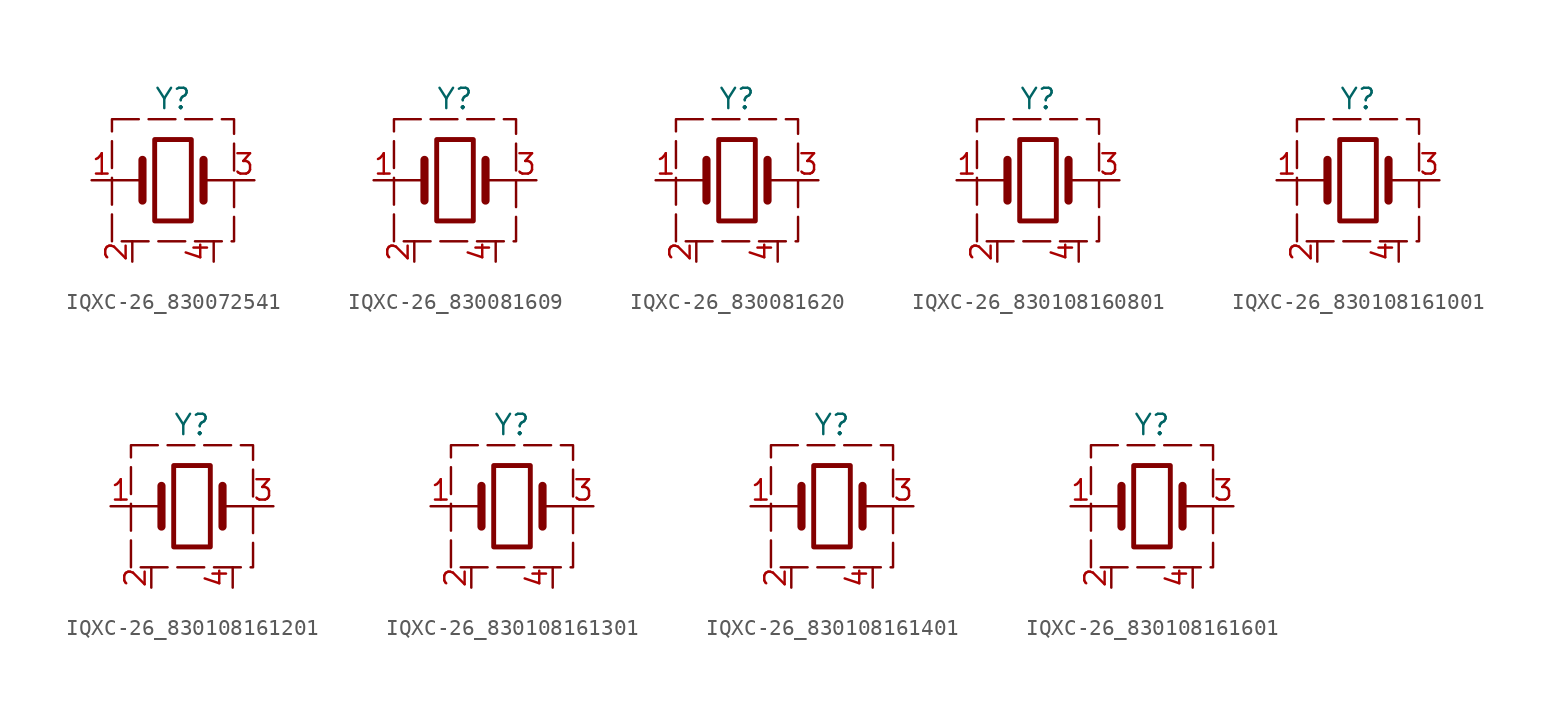
<source format=kicad_sym>
(kicad_symbol_lib
  (version 20220914)
  (generator kicad_symbol_editor)
  (symbol "IQXC-26_830072541"
    (pin_names hide)
    (property "Reference" "Y"
      (at 0 5.08 0)
      (effects (font (size 1.27 1.27))))
    (property "Critical Parameter" ""
      (at 0 -5.08 0)
      (effects (font (size 1.27 1.27)) (justify left)))
    (symbol "IQXC-26_830072541_0_1"
      (rectangle (start -1.143 2.54) (end 1.143 -2.54) (stroke (width 0.305) (type default)) (fill (type none)))
      (polyline (pts (xy -3.81 0) (xy -1.905 0)) (stroke (width 0) (type default)) (fill (type none)))
      (polyline (pts (xy -1.905 -1.27) (xy -1.905 1.27)) (stroke (width 0.508) (type default)) (fill (type none)))
      (polyline (pts (xy 1.905 -1.27) (xy 1.905 1.27)) (stroke (width 0.508) (type default)) (fill (type none)))
      (polyline (pts (xy 3.81 0) (xy 1.905 0)) (stroke (width 0) (type default)) (fill (type none))))
    (symbol "IQXC-26_830072541_1_1"
      (rectangle (start -3.81 3.81) (end 3.81 -3.81) (stroke (width 0) (type dash)) (fill (type none)))
      (pin passive line (at -5.08 0 0) (length 1.27) (name "1" (effects (font (size 1.27 1.27)))) (number "1" (effects (font (size 1.27 1.27)))))
      (pin passive line (at -2.54 -5.08 90) (length 1.27) (name "GND" (effects (font (size 1.27 1.27)))) (number "2" (effects (font (size 1.27 1.27)))))
      (pin passive line (at 5.08 0 180) (length 1.27) (name "3" (effects (font (size 1.27 1.27)))) (number "3" (effects (font (size 1.27 1.27)))))
      (pin passive line (at 2.54 -5.08 90) (length 1.27) (name "GND1" (effects (font (size 1.27 1.27)))) (number "4" (effects (font (size 1.27 1.27)))))))
  (symbol "IQXC-26_830081609"
    (pin_names hide)
    (property "Reference" "Y"
      (at 0 5.08 0)
      (effects (font (size 1.27 1.27))))
    (property "Critical Parameter" ""
      (at 0 -5.08 0)
      (effects (font (size 1.27 1.27)) (justify left)))
    (symbol "IQXC-26_830081609_0_1"
      (rectangle (start -1.143 2.54) (end 1.143 -2.54) (stroke (width 0.305) (type default)) (fill (type none)))
      (polyline (pts (xy -3.81 0) (xy -1.905 0)) (stroke (width 0) (type default)) (fill (type none)))
      (polyline (pts (xy -1.905 -1.27) (xy -1.905 1.27)) (stroke (width 0.508) (type default)) (fill (type none)))
      (polyline (pts (xy 1.905 -1.27) (xy 1.905 1.27)) (stroke (width 0.508) (type default)) (fill (type none)))
      (polyline (pts (xy 3.81 0) (xy 1.905 0)) (stroke (width 0) (type default)) (fill (type none))))
    (symbol "IQXC-26_830081609_1_1"
      (rectangle (start -3.81 3.81) (end 3.81 -3.81) (stroke (width 0) (type dash)) (fill (type none)))
      (pin passive line (at -5.08 0 0) (length 1.27) (name "1" (effects (font (size 1.27 1.27)))) (number "1" (effects (font (size 1.27 1.27)))))
      (pin passive line (at -2.54 -5.08 90) (length 1.27) (name "GND" (effects (font (size 1.27 1.27)))) (number "2" (effects (font (size 1.27 1.27)))))
      (pin passive line (at 5.08 0 180) (length 1.27) (name "3" (effects (font (size 1.27 1.27)))) (number "3" (effects (font (size 1.27 1.27)))))
      (pin passive line (at 2.54 -5.08 90) (length 1.27) (name "GND1" (effects (font (size 1.27 1.27)))) (number "4" (effects (font (size 1.27 1.27)))))))
  (symbol "IQXC-26_830081620"
    (pin_names hide)
    (property "Reference" "Y"
      (at 0 5.08 0)
      (effects (font (size 1.27 1.27))))
    (property "Critical Parameter" ""
      (at 0 -5.08 0)
      (effects (font (size 1.27 1.27)) (justify left)))
    (symbol "IQXC-26_830081620_0_1"
      (rectangle (start -1.143 2.54) (end 1.143 -2.54) (stroke (width 0.305) (type default)) (fill (type none)))
      (polyline (pts (xy -3.81 0) (xy -1.905 0)) (stroke (width 0) (type default)) (fill (type none)))
      (polyline (pts (xy -1.905 -1.27) (xy -1.905 1.27)) (stroke (width 0.508) (type default)) (fill (type none)))
      (polyline (pts (xy 1.905 -1.27) (xy 1.905 1.27)) (stroke (width 0.508) (type default)) (fill (type none)))
      (polyline (pts (xy 3.81 0) (xy 1.905 0)) (stroke (width 0) (type default)) (fill (type none))))
    (symbol "IQXC-26_830081620_1_1"
      (rectangle (start -3.81 3.81) (end 3.81 -3.81) (stroke (width 0) (type dash)) (fill (type none)))
      (pin passive line (at -5.08 0 0) (length 1.27) (name "1" (effects (font (size 1.27 1.27)))) (number "1" (effects (font (size 1.27 1.27)))))
      (pin passive line (at -2.54 -5.08 90) (length 1.27) (name "GND" (effects (font (size 1.27 1.27)))) (number "2" (effects (font (size 1.27 1.27)))))
      (pin passive line (at 5.08 0 180) (length 1.27) (name "3" (effects (font (size 1.27 1.27)))) (number "3" (effects (font (size 1.27 1.27)))))
      (pin passive line (at 2.54 -5.08 90) (length 1.27) (name "GND1" (effects (font (size 1.27 1.27)))) (number "4" (effects (font (size 1.27 1.27)))))))
  (symbol "IQXC-26_830108160801"
    (pin_names hide)
    (property "Reference" "Y"
      (at 0 5.08 0)
      (effects (font (size 1.27 1.27))))
    (property "Critical Parameter" ""
      (at 0 -5.08 0)
      (effects (font (size 1.27 1.27)) (justify left)))
    (symbol "IQXC-26_830108160801_0_1"
      (rectangle (start -1.143 2.54) (end 1.143 -2.54) (stroke (width 0.305) (type default)) (fill (type none)))
      (polyline (pts (xy -3.81 0) (xy -1.905 0)) (stroke (width 0) (type default)) (fill (type none)))
      (polyline (pts (xy -1.905 -1.27) (xy -1.905 1.27)) (stroke (width 0.508) (type default)) (fill (type none)))
      (polyline (pts (xy 1.905 -1.27) (xy 1.905 1.27)) (stroke (width 0.508) (type default)) (fill (type none)))
      (polyline (pts (xy 3.81 0) (xy 1.905 0)) (stroke (width 0) (type default)) (fill (type none))))
    (symbol "IQXC-26_830108160801_1_1"
      (rectangle (start -3.81 3.81) (end 3.81 -3.81) (stroke (width 0) (type dash)) (fill (type none)))
      (pin passive line (at -5.08 0 0) (length 1.27) (name "1" (effects (font (size 1.27 1.27)))) (number "1" (effects (font (size 1.27 1.27)))))
      (pin passive line (at -2.54 -5.08 90) (length 1.27) (name "GND" (effects (font (size 1.27 1.27)))) (number "2" (effects (font (size 1.27 1.27)))))
      (pin passive line (at 5.08 0 180) (length 1.27) (name "3" (effects (font (size 1.27 1.27)))) (number "3" (effects (font (size 1.27 1.27)))))
      (pin passive line (at 2.54 -5.08 90) (length 1.27) (name "GND1" (effects (font (size 1.27 1.27)))) (number "4" (effects (font (size 1.27 1.27)))))))
  (symbol "IQXC-26_830108161001"
    (pin_names hide)
    (property "Reference" "Y"
      (at 0 5.08 0)
      (effects (font (size 1.27 1.27))))
    (property "Critical Parameter" ""
      (at 0 -5.08 0)
      (effects (font (size 1.27 1.27)) (justify left)))
    (symbol "IQXC-26_830108161001_0_1"
      (rectangle (start -1.143 2.54) (end 1.143 -2.54) (stroke (width 0.305) (type default)) (fill (type none)))
      (polyline (pts (xy -3.81 0) (xy -1.905 0)) (stroke (width 0) (type default)) (fill (type none)))
      (polyline (pts (xy -1.905 -1.27) (xy -1.905 1.27)) (stroke (width 0.508) (type default)) (fill (type none)))
      (polyline (pts (xy 1.905 -1.27) (xy 1.905 1.27)) (stroke (width 0.508) (type default)) (fill (type none)))
      (polyline (pts (xy 3.81 0) (xy 1.905 0)) (stroke (width 0) (type default)) (fill (type none))))
    (symbol "IQXC-26_830108161001_1_1"
      (rectangle (start -3.81 3.81) (end 3.81 -3.81) (stroke (width 0) (type dash)) (fill (type none)))
      (pin passive line (at -5.08 0 0) (length 1.27) (name "1" (effects (font (size 1.27 1.27)))) (number "1" (effects (font (size 1.27 1.27)))))
      (pin passive line (at -2.54 -5.08 90) (length 1.27) (name "GND" (effects (font (size 1.27 1.27)))) (number "2" (effects (font (size 1.27 1.27)))))
      (pin passive line (at 5.08 0 180) (length 1.27) (name "3" (effects (font (size 1.27 1.27)))) (number "3" (effects (font (size 1.27 1.27)))))
      (pin passive line (at 2.54 -5.08 90) (length 1.27) (name "GND1" (effects (font (size 1.27 1.27)))) (number "4" (effects (font (size 1.27 1.27)))))))
  (symbol "IQXC-26_830108161201"
    (pin_names hide)
    (property "Reference" "Y"
      (at 0 5.08 0)
      (effects (font (size 1.27 1.27))))
    (property "Critical Parameter" ""
      (at 0 -5.08 0)
      (effects (font (size 1.27 1.27)) (justify left)))
    (symbol "IQXC-26_830108161201_0_1"
      (rectangle (start -1.143 2.54) (end 1.143 -2.54) (stroke (width 0.305) (type default)) (fill (type none)))
      (polyline (pts (xy -3.81 0) (xy -1.905 0)) (stroke (width 0) (type default)) (fill (type none)))
      (polyline (pts (xy -1.905 -1.27) (xy -1.905 1.27)) (stroke (width 0.508) (type default)) (fill (type none)))
      (polyline (pts (xy 1.905 -1.27) (xy 1.905 1.27)) (stroke (width 0.508) (type default)) (fill (type none)))
      (polyline (pts (xy 3.81 0) (xy 1.905 0)) (stroke (width 0) (type default)) (fill (type none))))
    (symbol "IQXC-26_830108161201_1_1"
      (rectangle (start -3.81 3.81) (end 3.81 -3.81) (stroke (width 0) (type dash)) (fill (type none)))
      (pin passive line (at -5.08 0 0) (length 1.27) (name "1" (effects (font (size 1.27 1.27)))) (number "1" (effects (font (size 1.27 1.27)))))
      (pin passive line (at -2.54 -5.08 90) (length 1.27) (name "GND" (effects (font (size 1.27 1.27)))) (number "2" (effects (font (size 1.27 1.27)))))
      (pin passive line (at 5.08 0 180) (length 1.27) (name "3" (effects (font (size 1.27 1.27)))) (number "3" (effects (font (size 1.27 1.27)))))
      (pin passive line (at 2.54 -5.08 90) (length 1.27) (name "GND1" (effects (font (size 1.27 1.27)))) (number "4" (effects (font (size 1.27 1.27)))))))
  (symbol "IQXC-26_830108161301"
    (pin_names hide)
    (property "Reference" "Y"
      (at 0 5.08 0)
      (effects (font (size 1.27 1.27))))
    (property "Critical Parameter" ""
      (at 0 -5.08 0)
      (effects (font (size 1.27 1.27)) (justify left)))
    (symbol "IQXC-26_830108161301_0_1"
      (rectangle (start -1.143 2.54) (end 1.143 -2.54) (stroke (width 0.305) (type default)) (fill (type none)))
      (polyline (pts (xy -3.81 0) (xy -1.905 0)) (stroke (width 0) (type default)) (fill (type none)))
      (polyline (pts (xy -1.905 -1.27) (xy -1.905 1.27)) (stroke (width 0.508) (type default)) (fill (type none)))
      (polyline (pts (xy 1.905 -1.27) (xy 1.905 1.27)) (stroke (width 0.508) (type default)) (fill (type none)))
      (polyline (pts (xy 3.81 0) (xy 1.905 0)) (stroke (width 0) (type default)) (fill (type none))))
    (symbol "IQXC-26_830108161301_1_1"
      (rectangle (start -3.81 3.81) (end 3.81 -3.81) (stroke (width 0) (type dash)) (fill (type none)))
      (pin passive line (at -5.08 0 0) (length 1.27) (name "1" (effects (font (size 1.27 1.27)))) (number "1" (effects (font (size 1.27 1.27)))))
      (pin passive line (at -2.54 -5.08 90) (length 1.27) (name "GND" (effects (font (size 1.27 1.27)))) (number "2" (effects (font (size 1.27 1.27)))))
      (pin passive line (at 5.08 0 180) (length 1.27) (name "3" (effects (font (size 1.27 1.27)))) (number "3" (effects (font (size 1.27 1.27)))))
      (pin passive line (at 2.54 -5.08 90) (length 1.27) (name "GND1" (effects (font (size 1.27 1.27)))) (number "4" (effects (font (size 1.27 1.27)))))))
  (symbol "IQXC-26_830108161401"
    (pin_names hide)
    (property "Reference" "Y"
      (at 0 5.08 0)
      (effects (font (size 1.27 1.27))))
    (property "Critical Parameter" ""
      (at 0 -5.08 0)
      (effects (font (size 1.27 1.27)) (justify left)))
    (symbol "IQXC-26_830108161401_0_1"
      (rectangle (start -1.143 2.54) (end 1.143 -2.54) (stroke (width 0.305) (type default)) (fill (type none)))
      (polyline (pts (xy -3.81 0) (xy -1.905 0)) (stroke (width 0) (type default)) (fill (type none)))
      (polyline (pts (xy -1.905 -1.27) (xy -1.905 1.27)) (stroke (width 0.508) (type default)) (fill (type none)))
      (polyline (pts (xy 1.905 -1.27) (xy 1.905 1.27)) (stroke (width 0.508) (type default)) (fill (type none)))
      (polyline (pts (xy 3.81 0) (xy 1.905 0)) (stroke (width 0) (type default)) (fill (type none))))
    (symbol "IQXC-26_830108161401_1_1"
      (rectangle (start -3.81 3.81) (end 3.81 -3.81) (stroke (width 0) (type dash)) (fill (type none)))
      (pin passive line (at -5.08 0 0) (length 1.27) (name "1" (effects (font (size 1.27 1.27)))) (number "1" (effects (font (size 1.27 1.27)))))
      (pin passive line (at -2.54 -5.08 90) (length 1.27) (name "GND" (effects (font (size 1.27 1.27)))) (number "2" (effects (font (size 1.27 1.27)))))
      (pin passive line (at 5.08 0 180) (length 1.27) (name "3" (effects (font (size 1.27 1.27)))) (number "3" (effects (font (size 1.27 1.27)))))
      (pin passive line (at 2.54 -5.08 90) (length 1.27) (name "GND1" (effects (font (size 1.27 1.27)))) (number "4" (effects (font (size 1.27 1.27)))))))
  (symbol "IQXC-26_830108161601"
    (pin_names hide)
    (property "Reference" "Y"
      (at 0 5.08 0)
      (effects (font (size 1.27 1.27))))
    (property "Critical Parameter" ""
      (at 0 -5.08 0)
      (effects (font (size 1.27 1.27)) (justify left)))
    (symbol "IQXC-26_830108161601_0_1"
      (rectangle (start -1.143 2.54) (end 1.143 -2.54) (stroke (width 0.305) (type default)) (fill (type none)))
      (polyline (pts (xy -3.81 0) (xy -1.905 0)) (stroke (width 0) (type default)) (fill (type none)))
      (polyline (pts (xy -1.905 -1.27) (xy -1.905 1.27)) (stroke (width 0.508) (type default)) (fill (type none)))
      (polyline (pts (xy 1.905 -1.27) (xy 1.905 1.27)) (stroke (width 0.508) (type default)) (fill (type none)))
      (polyline (pts (xy 3.81 0) (xy 1.905 0)) (stroke (width 0) (type default)) (fill (type none))))
    (symbol "IQXC-26_830108161601_1_1"
      (rectangle (start -3.81 3.81) (end 3.81 -3.81) (stroke (width 0) (type dash)) (fill (type none)))
      (pin passive line (at -5.08 0 0) (length 1.27) (name "1" (effects (font (size 1.27 1.27)))) (number "1" (effects (font (size 1.27 1.27)))))
      (pin passive line (at -2.54 -5.08 90) (length 1.27) (name "GND" (effects (font (size 1.27 1.27)))) (number "2" (effects (font (size 1.27 1.27)))))
      (pin passive line (at 5.08 0 180) (length 1.27) (name "3" (effects (font (size 1.27 1.27)))) (number "3" (effects (font (size 1.27 1.27)))))
      (pin passive line (at 2.54 -5.08 90) (length 1.27) (name "GND1" (effects (font (size 1.27 1.27)))) (number "4" (effects (font (size 1.27 1.27))))))))
</source>
